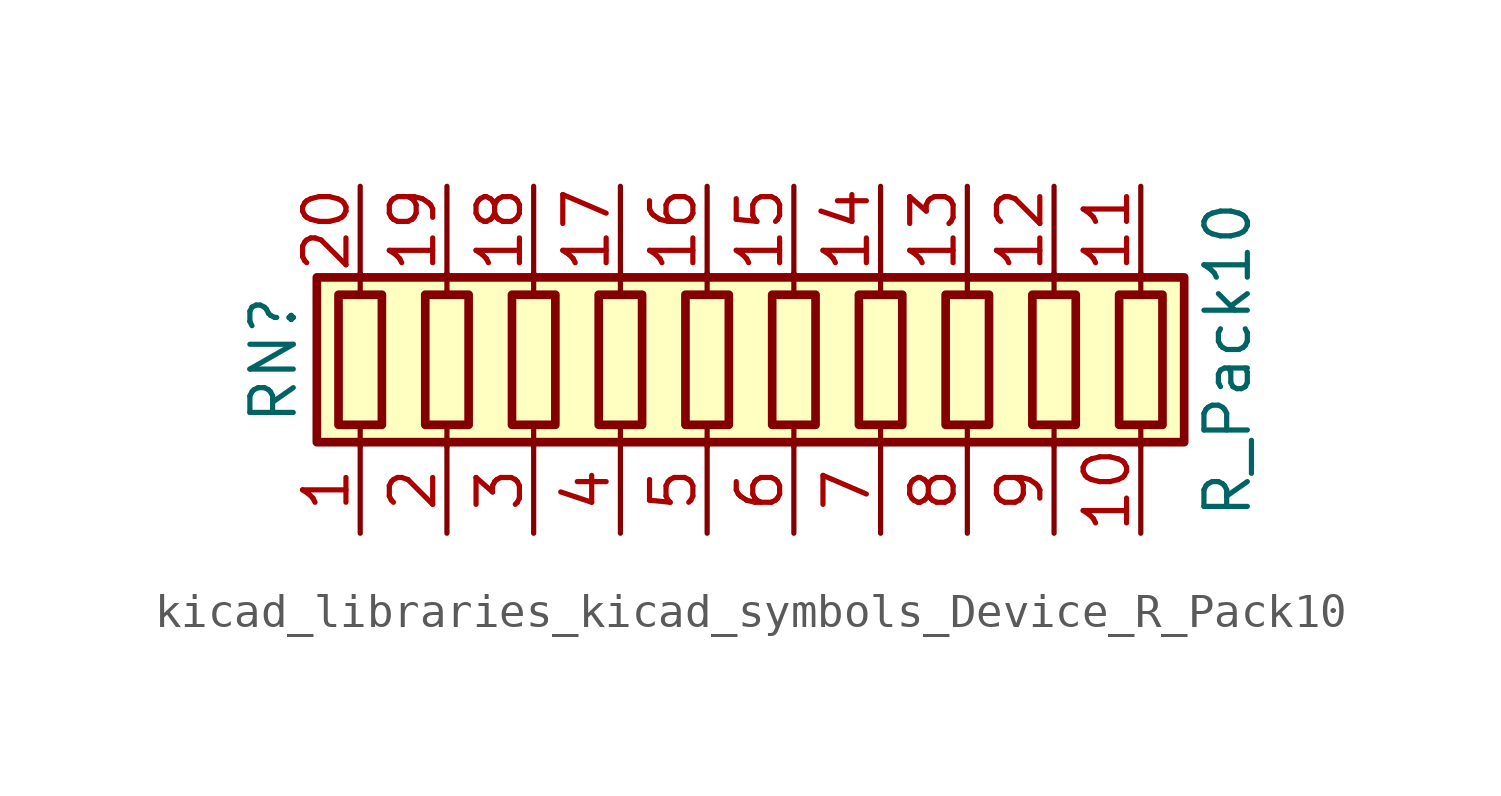
<source format=kicad_sym>
(kicad_symbol_lib
  (version 20220914)
  (generator kicad_symbol_editor)
  (symbol "kicad_libraries_kicad_symbols_Device_R_Pack10"
    (pin_names
      (offset 0) hide)
    (property "Reference" "RN"
      (at -15.24 0 90)
      (effects (font (size 1.27 1.27))))
    (property "Value" "R_Pack10"
      (at 12.7 0 90)
      (effects (font (size 1.27 1.27))))
    (symbol "kicad_libraries_kicad_symbols_Device_R_Pack10_0_1"
      (rectangle (start -13.97 -2.413) (end 11.43 2.413) (stroke (width 0.254) (type default)) (fill (type background)))
      (rectangle (start -13.335 1.905) (end -12.065 -1.905) (stroke (width 0.254) (type default)) (fill (type none)))
      (rectangle (start -10.795 1.905) (end -9.525 -1.905) (stroke (width 0.254) (type default)) (fill (type none)))
      (rectangle (start -8.255 1.905) (end -6.985 -1.905) (stroke (width 0.254) (type default)) (fill (type none)))
      (rectangle (start -5.715 1.905) (end -4.445 -1.905) (stroke (width 0.254) (type default)) (fill (type none)))
      (rectangle (start -3.175 1.905) (end -1.905 -1.905) (stroke (width 0.254) (type default)) (fill (type none)))
      (rectangle (start -0.635 1.905) (end 0.635 -1.905) (stroke (width 0.254) (type default)) (fill (type none)))
      (polyline (pts (xy -12.7 -2.54) (xy -12.7 -1.905)) (stroke (width 0) (type default)) (fill (type none)))
      (polyline (pts (xy -12.7 1.905) (xy -12.7 2.54)) (stroke (width 0) (type default)) (fill (type none)))
      (polyline (pts (xy -10.16 -2.54) (xy -10.16 -1.905)) (stroke (width 0) (type default)) (fill (type none)))
      (polyline (pts (xy -10.16 1.905) (xy -10.16 2.54)) (stroke (width 0) (type default)) (fill (type none)))
      (polyline (pts (xy -7.62 -2.54) (xy -7.62 -1.905)) (stroke (width 0) (type default)) (fill (type none)))
      (polyline (pts (xy -7.62 1.905) (xy -7.62 2.54)) (stroke (width 0) (type default)) (fill (type none)))
      (polyline (pts (xy -5.08 -2.54) (xy -5.08 -1.905)) (stroke (width 0) (type default)) (fill (type none)))
      (polyline (pts (xy -5.08 1.905) (xy -5.08 2.54)) (stroke (width 0) (type default)) (fill (type none)))
      (polyline (pts (xy -2.54 -2.54) (xy -2.54 -1.905)) (stroke (width 0) (type default)) (fill (type none)))
      (polyline (pts (xy -2.54 1.905) (xy -2.54 2.54)) (stroke (width 0) (type default)) (fill (type none)))
      (polyline (pts (xy 0 -2.54) (xy 0 -1.905)) (stroke (width 0) (type default)) (fill (type none)))
      (polyline (pts (xy 0 1.905) (xy 0 2.54)) (stroke (width 0) (type default)) (fill (type none)))
      (polyline (pts (xy 2.54 -2.54) (xy 2.54 -1.905)) (stroke (width 0) (type default)) (fill (type none)))
      (polyline (pts (xy 2.54 1.905) (xy 2.54 2.54)) (stroke (width 0) (type default)) (fill (type none)))
      (polyline (pts (xy 5.08 -2.54) (xy 5.08 -1.905)) (stroke (width 0) (type default)) (fill (type none)))
      (polyline (pts (xy 5.08 1.905) (xy 5.08 2.54)) (stroke (width 0) (type default)) (fill (type none)))
      (polyline (pts (xy 7.62 -2.54) (xy 7.62 -1.905)) (stroke (width 0) (type default)) (fill (type none)))
      (polyline (pts (xy 7.62 1.905) (xy 7.62 2.54)) (stroke (width 0) (type default)) (fill (type none)))
      (polyline (pts (xy 10.16 -2.54) (xy 10.16 -1.905)) (stroke (width 0) (type default)) (fill (type none)))
      (polyline (pts (xy 10.16 1.905) (xy 10.16 2.54)) (stroke (width 0) (type default)) (fill (type none)))
      (rectangle (start 1.905 1.905) (end 3.175 -1.905) (stroke (width 0.254) (type default)) (fill (type none)))
      (rectangle (start 4.445 1.905) (end 5.715 -1.905) (stroke (width 0.254) (type default)) (fill (type none)))
      (rectangle (start 6.985 1.905) (end 8.255 -1.905) (stroke (width 0.254) (type default)) (fill (type none)))
      (rectangle (start 9.525 1.905) (end 10.795 -1.905) (stroke (width 0.254) (type default)) (fill (type none))))
    (symbol "kicad_libraries_kicad_symbols_Device_R_Pack10_1_1"
      (pin passive line (at -12.7 -5.08 90) (length 2.54) (name "R1.1" (effects (font (size 1.27 1.27)))) (number "1" (effects (font (size 1.27 1.27)))))
      (pin passive line (at 10.16 -5.08 90) (length 2.54) (name "R10.1" (effects (font (size 1.27 1.27)))) (number "10" (effects (font (size 1.27 1.27)))))
      (pin passive line (at 10.16 5.08 270) (length 2.54) (name "R10.2" (effects (font (size 1.27 1.27)))) (number "11" (effects (font (size 1.27 1.27)))))
      (pin passive line (at 7.62 5.08 270) (length 2.54) (name "R9.2" (effects (font (size 1.27 1.27)))) (number "12" (effects (font (size 1.27 1.27)))))
      (pin passive line (at 5.08 5.08 270) (length 2.54) (name "R8.2" (effects (font (size 1.27 1.27)))) (number "13" (effects (font (size 1.27 1.27)))))
      (pin passive line (at 2.54 5.08 270) (length 2.54) (name "R7.2" (effects (font (size 1.27 1.27)))) (number "14" (effects (font (size 1.27 1.27)))))
      (pin passive line (at 0 5.08 270) (length 2.54) (name "R6.2" (effects (font (size 1.27 1.27)))) (number "15" (effects (font (size 1.27 1.27)))))
      (pin passive line (at -2.54 5.08 270) (length 2.54) (name "R5.2" (effects (font (size 1.27 1.27)))) (number "16" (effects (font (size 1.27 1.27)))))
      (pin passive line (at -5.08 5.08 270) (length 2.54) (name "R4.2" (effects (font (size 1.27 1.27)))) (number "17" (effects (font (size 1.27 1.27)))))
      (pin passive line (at -7.62 5.08 270) (length 2.54) (name "R3.2" (effects (font (size 1.27 1.27)))) (number "18" (effects (font (size 1.27 1.27)))))
      (pin passive line (at -10.16 5.08 270) (length 2.54) (name "R2.2" (effects (font (size 1.27 1.27)))) (number "19" (effects (font (size 1.27 1.27)))))
      (pin passive line (at -10.16 -5.08 90) (length 2.54) (name "R2.1" (effects (font (size 1.27 1.27)))) (number "2" (effects (font (size 1.27 1.27)))))
      (pin passive line (at -12.7 5.08 270) (length 2.54) (name "R1.2" (effects (font (size 1.27 1.27)))) (number "20" (effects (font (size 1.27 1.27)))))
      (pin passive line (at -7.62 -5.08 90) (length 2.54) (name "R3.1" (effects (font (size 1.27 1.27)))) (number "3" (effects (font (size 1.27 1.27)))))
      (pin passive line (at -5.08 -5.08 90) (length 2.54) (name "R4.1" (effects (font (size 1.27 1.27)))) (number "4" (effects (font (size 1.27 1.27)))))
      (pin passive line (at -2.54 -5.08 90) (length 2.54) (name "R5.1" (effects (font (size 1.27 1.27)))) (number "5" (effects (font (size 1.27 1.27)))))
      (pin passive line (at 0 -5.08 90) (length 2.54) (name "R6.1" (effects (font (size 1.27 1.27)))) (number "6" (effects (font (size 1.27 1.27)))))
      (pin passive line (at 2.54 -5.08 90) (length 2.54) (name "R7.1" (effects (font (size 1.27 1.27)))) (number "7" (effects (font (size 1.27 1.27)))))
      (pin passive line (at 5.08 -5.08 90) (length 2.54) (name "R8.1" (effects (font (size 1.27 1.27)))) (number "8" (effects (font (size 1.27 1.27)))))
      (pin passive line (at 7.62 -5.08 90) (length 2.54) (name "R9.1" (effects (font (size 1.27 1.27)))) (number "9" (effects (font (size 1.27 1.27))))))))
</source>
